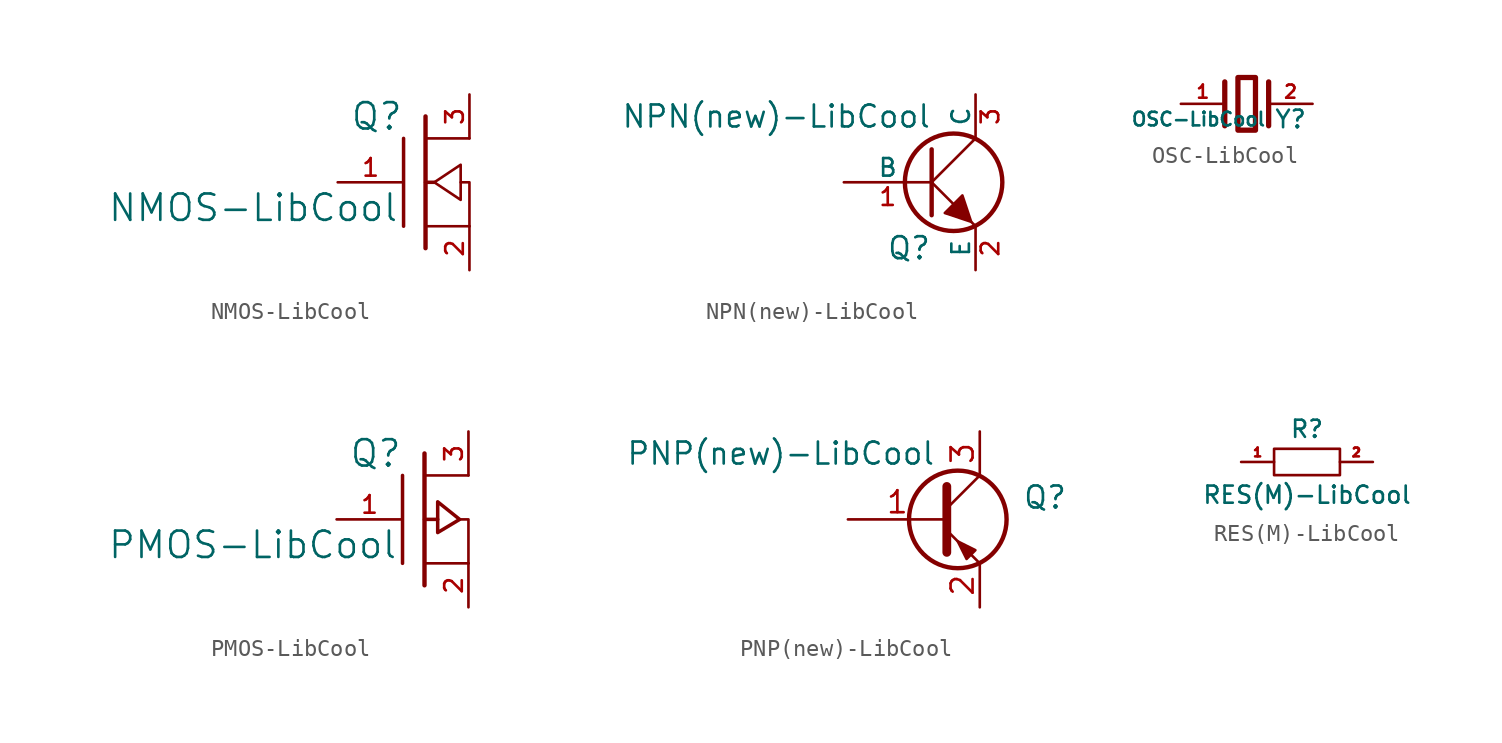
<source format=kicad_sym>
(kicad_symbol_lib
  (version 20220126)
  (generator kicad_symbol_editor)
  (symbol "NMOS-LibCool"
    (pin_names
      (offset 1.016) hide)
    (property "Reference" "Q"
      (at -1.27 3.81 0)
      (effects (font (size 1.524 1.524)) (justify right)))
    (property "Value" "NMOS-LibCool"
      (at -1.524 -1.473 0)
      (effects (font (size 1.524 1.524)) (justify right)))
    (property "Footprint" ""
      (at 0 0 0)
      (effects (font (size 1.524 1.524))))
    (property "Datasheet" ""
      (at 0 0 0)
      (effects (font (size 1.524 1.524))))
    (symbol "NMOS-LibCool_0_1"
      (polyline (pts (xy -1.27 -2.54) (xy -1.27 2.54)) (stroke (width 0.203) (type default)) (fill (type none)))
      (polyline (pts (xy 0 -3.81) (xy 0 3.81)) (stroke (width 0.254) (type default)) (fill (type none)))
      (polyline (pts (xy 0.508 0) (xy 0 0)) (stroke (width 0.203) (type default)) (fill (type none)))
      (polyline (pts (xy 2.54 -2.54) (xy 0 -2.54)) (stroke (width 0) (type default)) (fill (type none)))
      (polyline (pts (xy 2.54 2.54) (xy 0 2.54)) (stroke (width 0) (type default)) (fill (type none)))
      (polyline (pts (xy 2.032 0) (xy 2.54 0) (xy 2.54 -2.54)) (stroke (width 0) (type default)) (fill (type none)))
      (polyline (pts (xy 0.508 0) (xy 2.032 1.016) (xy 2.032 -0.762) (xy 2.032 -1.016) (xy 0.508 0)) (stroke (width 0) (type default)) (fill (type none))))
    (symbol "NMOS-LibCool_1_1"
      (pin input line (at -5.08 0 0) (length 3.81) (name "G" (effects (font (size 1.016 1.016)))) (number "1" (effects (font (size 1.016 1.016)))))
      (pin passive line (at 2.54 -5.08 90) (length 2.54) (name "S" (effects (font (size 1.016 1.016)))) (number "2" (effects (font (size 1.016 1.016)))))
      (pin passive line (at 2.54 5.08 270) (length 2.54) (name "D" (effects (font (size 1.016 1.016)))) (number "3" (effects (font (size 1.016 1.016)))))))
  (symbol "NPN(new)-LibCool"
    (pin_names
      (offset 0))
    (property "Reference" "Q"
      (at 0 -3.81 0)
      (effects (font (size 1.27 1.27)) (justify right)))
    (property "Value" "NPN(new)-LibCool"
      (at 0 3.81 0)
      (effects (font (size 1.27 1.27)) (justify right)))
    (property "Footprint" ""
      (at 0 0 0)
      (effects (font (size 1.524 1.524))))
    (property "Datasheet" ""
      (at 0 0 0)
      (effects (font (size 1.524 1.524))))
    (symbol "NPN(new)-LibCool_0_1"
      (polyline (pts (xy 0 0) (xy 2.54 2.54)) (stroke (width 0) (type default)) (fill (type none)))
      (polyline (pts (xy 0 1.905) (xy 0 -1.905) (xy 0 -1.905)) (stroke (width 0.254) (type default)) (fill (type none)))
      (polyline (pts (xy 1.27 -1.27) (xy 0 0) (xy 0 0)) (stroke (width 0) (type default)) (fill (type none)))
      (polyline (pts (xy 2.286 -2.286) (xy 2.54 -2.54) (xy 2.54 -2.54)) (stroke (width 0) (type default)) (fill (type none)))
      (polyline (pts (xy 2.286 -2.286) (xy 1.778 -0.762) (xy 0.762 -1.778) (xy 2.286 -2.286) (xy 2.286 -2.286)) (stroke (width 0) (type default)) (fill (type outline)))
      (circle (center 1.27 0) (radius 2.819) (stroke (width 0.254) (type default)) (fill (type none))))
    (symbol "NPN(new)-LibCool_1_1"
      (pin input line (at -5.08 0 0) (length 5.08) (name "B" (effects (font (size 1.016 1.016)))) (number "1" (effects (font (size 1.016 1.016)))))
      (pin passive line (at 2.54 -5.08 90) (length 2.54) (name "E" (effects (font (size 1.016 1.016)))) (number "2" (effects (font (size 1.016 1.016)))))
      (pin passive line (at 2.54 5.08 270) (length 2.54) (name "C" (effects (font (size 1.016 1.016)))) (number "3" (effects (font (size 1.016 1.016)))))))
  (symbol "OSC-LibCool"
    (pin_names
      (offset 1.016))
    (property "Reference" "Y"
      (at 2.54 -0.889 0)
      (effects (font (size 1.016 1.016))))
    (property "Value" "OSC-LibCool"
      (at -2.794 -0.889 0)
      (effects (font (size 0.787 0.787))))
    (property "Footprint" ""
      (at 0 0 0)
      (effects (font (size 1.524 1.524))))
    (property "Datasheet" ""
      (at 0 0 0)
      (effects (font (size 1.524 1.524))))
    (symbol "OSC-LibCool_0_1"
      (rectangle (start -0.508 1.524) (end 0.508 -1.524) (stroke (width 0.305) (type default)) (fill (type none)))
      (polyline (pts (xy 1.27 1.27) (xy 1.27 -1.27)) (stroke (width 0.305) (type default)) (fill (type none)))
      (polyline (pts (xy -1.27 1.27) (xy -1.27 0) (xy -1.27 -1.27)) (stroke (width 0.305) (type default)) (fill (type none))))
    (symbol "OSC-LibCool_1_1"
      (pin input line (at -3.81 0 0) (length 2.54) (name "~" (effects (font (size 0.762 0.762)))) (number "1" (effects (font (size 0.762 0.762)))))
      (pin input line (at 3.81 0 180) (length 2.54) (name "~" (effects (font (size 0.762 0.762)))) (number "2" (effects (font (size 0.762 0.762)))))))
  (symbol "PMOS-LibCool"
    (pin_names
      (offset 1.016) hide)
    (property "Reference" "Q"
      (at -1.27 3.81 0)
      (effects (font (size 1.524 1.524)) (justify right)))
    (property "Value" "PMOS-LibCool"
      (at -1.524 -1.473 0)
      (effects (font (size 1.524 1.524)) (justify right)))
    (property "Footprint" ""
      (at 0 0 0)
      (effects (font (size 1.524 1.524))))
    (property "Datasheet" ""
      (at 0 0 0)
      (effects (font (size 1.524 1.524))))
    (symbol "PMOS-LibCool_0_1"
      (polyline (pts (xy -1.27 -2.54) (xy -1.27 2.54)) (stroke (width 0.203) (type default)) (fill (type none)))
      (polyline (pts (xy 0 -3.81) (xy 0 3.81)) (stroke (width 0.254) (type default)) (fill (type none)))
      (polyline (pts (xy 0.762 0) (xy 0 0)) (stroke (width 0.203) (type default)) (fill (type none)))
      (polyline (pts (xy 2.54 -2.54) (xy 0 -2.54)) (stroke (width 0) (type default)) (fill (type none)))
      (polyline (pts (xy 2.54 2.54) (xy 0 2.54)) (stroke (width 0) (type default)) (fill (type none)))
      (polyline (pts (xy 2.032 0) (xy 2.54 0) (xy 2.54 -2.54)) (stroke (width 0) (type default)) (fill (type none)))
      (polyline (pts (xy 0.762 1.016) (xy 0.762 -0.762) (xy 2.032 0) (xy 0.762 1.016) (xy 0.762 1.016)) (stroke (width 0.203) (type default)) (fill (type none))))
    (symbol "PMOS-LibCool_1_1"
      (pin input line (at -5.08 0 0) (length 3.81) (name "G" (effects (font (size 1.016 1.016)))) (number "1" (effects (font (size 1.016 1.016)))))
      (pin passive line (at 2.54 -5.08 90) (length 2.54) (name "S" (effects (font (size 1.016 1.016)))) (number "2" (effects (font (size 1.016 1.016)))))
      (pin passive line (at 2.54 5.08 270) (length 2.54) (name "D" (effects (font (size 1.016 1.016)))) (number "3" (effects (font (size 1.016 1.016)))))))
  (symbol "PNP(new)-LibCool"
    (pin_names
      (offset 0) hide)
    (property "Reference" "Q"
      (at 7.62 1.27 0)
      (effects (font (size 1.27 1.27)) (justify right)))
    (property "Value" "PNP(new)-LibCool"
      (at 0 3.81 0)
      (effects (font (size 1.27 1.27)) (justify right)))
    (property "Footprint" ""
      (at 5.08 2.54 0)
      (effects (font (size 0.737 0.737))))
    (property "Datasheet" ""
      (at 0 0 0)
      (effects (font (size 1.524 1.524))))
    (symbol "PNP(new)-LibCool_0_1"
      (polyline (pts (xy 0.635 0.635) (xy 2.54 2.54)) (stroke (width 0) (type default)) (fill (type none)))
      (polyline (pts (xy 0.635 -0.635) (xy 2.54 -2.54) (xy 2.54 -2.54)) (stroke (width 0) (type default)) (fill (type none)))
      (polyline (pts (xy 0.635 1.905) (xy 0.635 -1.905) (xy 0.635 -1.905)) (stroke (width 0.508) (type default)) (fill (type none)))
      (polyline (pts (xy 2.286 -1.778) (xy 1.778 -2.286) (xy 1.27 -1.27) (xy 2.286 -1.778) (xy 2.286 -1.778)) (stroke (width 0) (type default)) (fill (type outline)))
      (circle (center 1.27 0) (radius 2.819) (stroke (width 0.254) (type default)) (fill (type none))))
    (symbol "PNP(new)-LibCool_1_1"
      (pin input line (at -5.08 0 0) (length 5.715) (name "B" (effects (font (size 1.27 1.27)))) (number "1" (effects (font (size 1.27 1.27)))))
      (pin passive line (at 2.54 -5.08 90) (length 2.54) (name "E" (effects (font (size 1.27 1.27)))) (number "2" (effects (font (size 1.27 1.27)))))
      (pin passive line (at 2.54 5.08 270) (length 2.54) (name "C" (effects (font (size 1.27 1.27)))) (number "3" (effects (font (size 1.27 1.27)))))))
  (symbol "RES(M)-LibCool"
    (pin_names
      (offset 1.016))
    (property "Reference" "R"
      (at 0 1.905 0)
      (effects (font (size 0.991 0.991))))
    (property "Value" "RES(M)-LibCool"
      (at 0 -1.905 0)
      (effects (font (size 0.991 0.991))))
    (property "Footprint" ""
      (at 0 0 0)
      (effects (font (size 1.524 1.524))))
    (property "Datasheet" ""
      (at 0 0 0)
      (effects (font (size 1.524 1.524))))
    (symbol "RES(M)-LibCool_0_1"
      (rectangle (start -1.905 0.762) (end 1.905 -0.762) (stroke (width 0) (type default)) (fill (type none))))
    (symbol "RES(M)-LibCool_1_1"
      (pin input line (at -3.81 0 0) (length 1.905) (name "~" (effects (font (size 0.508 0.508)))) (number "1" (effects (font (size 0.508 0.508)))))
      (pin input line (at 3.81 0 180) (length 1.905) (name "~" (effects (font (size 0.508 0.508)))) (number "2" (effects (font (size 0.508 0.508))))))))
</source>
